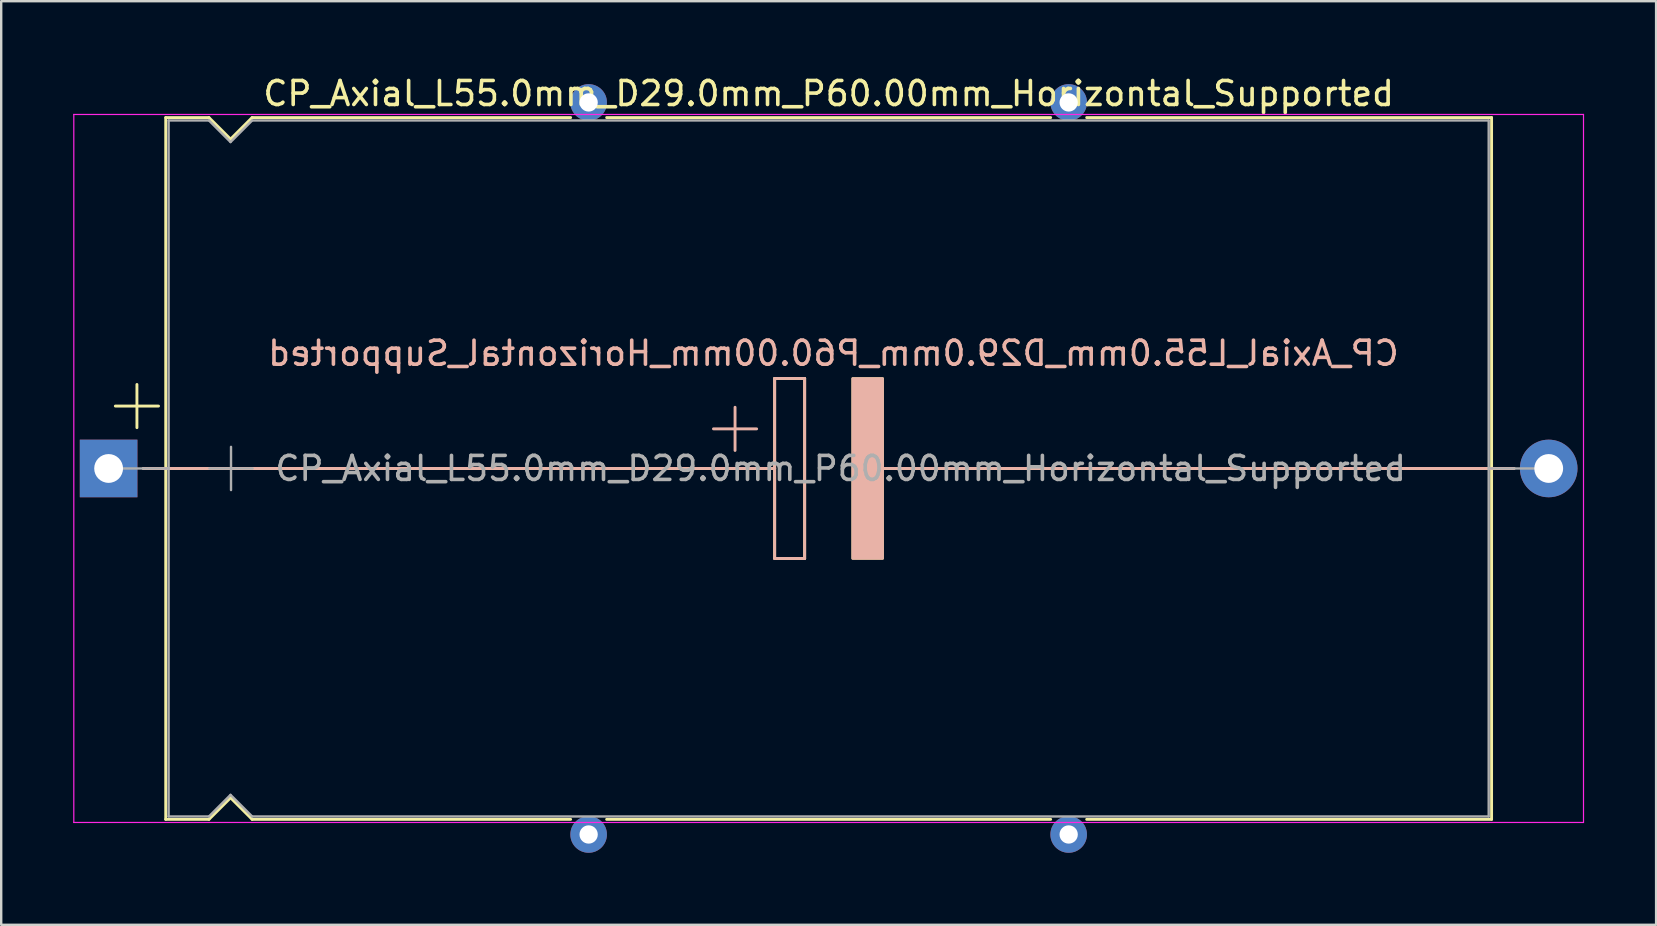
<source format=kicad_pcb>
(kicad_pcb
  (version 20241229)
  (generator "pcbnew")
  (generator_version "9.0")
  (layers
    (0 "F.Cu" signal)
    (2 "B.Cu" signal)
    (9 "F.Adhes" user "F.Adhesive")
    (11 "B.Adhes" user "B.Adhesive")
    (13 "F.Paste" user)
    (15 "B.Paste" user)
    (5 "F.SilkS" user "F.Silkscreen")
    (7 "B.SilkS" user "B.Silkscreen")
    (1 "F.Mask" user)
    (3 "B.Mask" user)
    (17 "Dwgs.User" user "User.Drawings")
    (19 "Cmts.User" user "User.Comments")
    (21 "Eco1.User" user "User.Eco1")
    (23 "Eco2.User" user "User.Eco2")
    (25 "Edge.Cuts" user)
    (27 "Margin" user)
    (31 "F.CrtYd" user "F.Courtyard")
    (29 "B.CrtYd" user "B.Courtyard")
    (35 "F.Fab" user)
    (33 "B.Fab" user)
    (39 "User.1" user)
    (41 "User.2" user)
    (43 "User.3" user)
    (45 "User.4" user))
  (footprint "CP_Axial_L55.0mm_D29.0mm_P60.00mm_Horizontal_Supported"
    (layer "F.Cu")
    (at 1.475 16.468)
    (property "Reference" "CP_Axial_L55.0mm_D29.0mm_P60.00mm_Horizontal_Supported" (at 30 -15.62 0) (layer "F.SilkS") (effects (font (size 1 1) (thickness 0.15))))
    (fp_line (start 0.28 -2.6) (end 2.08 -2.6) (stroke (width 0.12) (type solid)) (layer "F.SilkS"))
    (fp_line (start 1.18 -3.5) (end 1.18 -1.7) (stroke (width 0.12) (type solid)) (layer "F.SilkS"))
    (fp_line (start 1.44 0) (end 2.38 0) (stroke (width 0.12) (type solid)) (layer "F.SilkS"))
    (fp_line (start 2.38 -14.62) (end 2.38 14.62) (stroke (width 0.12) (type solid)) (layer "F.SilkS"))
    (fp_line (start 2.38 -14.62) (end 4.18 -14.62) (stroke (width 0.12) (type solid)) (layer "F.SilkS"))
    (fp_line (start 2.38 0) (end 27.75 0) (stroke (width 0.12) (type solid)) (layer "F.SilkS"))
    (fp_line (start 2.38 14.62) (end 4.18 14.62) (stroke (width 0.12) (type solid)) (layer "F.SilkS"))
    (fp_line (start 4.18 -14.62) (end 5.08 -13.72) (stroke (width 0.12) (type solid)) (layer "F.SilkS"))
    (fp_line (start 4.18 14.62) (end 5.08 13.72) (stroke (width 0.12) (type solid)) (layer "F.SilkS"))
    (fp_line (start 5.08 -13.72) (end 5.98 -14.62) (stroke (width 0.12) (type solid)) (layer "F.SilkS"))
    (fp_line (start 5.08 13.72) (end 5.98 14.62) (stroke (width 0.12) (type solid)) (layer "F.SilkS"))
    (fp_line (start 5.98 -14.62) (end 19.25 -14.62) (stroke (width 0.12) (type solid)) (layer "F.SilkS"))
    (fp_line (start 5.98 14.62) (end 19.25 14.62) (stroke (width 0.12) (type solid)) (layer "F.SilkS"))
    (fp_line (start 20.75 -14.62) (end 39.25 -14.62) (stroke (width 0.12) (type solid)) (layer "F.SilkS"))
    (fp_line (start 20.75 14.62) (end 39.25 14.62) (stroke (width 0.12) (type solid)) (layer "F.SilkS"))
    (fp_line (start 27.75 -3.75) (end 29 -3.75) (stroke (width 0.12) (type solid)) (layer "F.SilkS"))
    (fp_line (start 27.75 0) (end 27.75 -3.75) (stroke (width 0.12) (type solid)) (layer "F.SilkS"))
    (fp_line (start 27.75 3.75) (end 27.75 0) (stroke (width 0.12) (type solid)) (layer "F.SilkS"))
    (fp_line (start 29 -3.75) (end 29 3.75) (stroke (width 0.12) (type solid)) (layer "F.SilkS"))
    (fp_line (start 29 3.75) (end 27.75 3.75) (stroke (width 0.12) (type solid)) (layer "F.SilkS"))
    (fp_line (start 31.75 0) (end 57.62 0) (stroke (width 0.12) (type solid)) (layer "F.SilkS"))
    (fp_line (start 40.75 -14.62) (end 57.62 -14.62) (stroke (width 0.12) (type solid)) (layer "F.SilkS"))
    (fp_line (start 40.75 14.62) (end 57.62 14.62) (stroke (width 0.12) (type solid)) (layer "F.SilkS"))
    (fp_line (start 57.62 -14.62) (end 57.62 14.62) (stroke (width 0.12) (type solid)) (layer "F.SilkS"))
    (fp_line (start 58.56 0) (end 57.62 0) (stroke (width 0.12) (type solid)) (layer "F.SilkS"))
    (fp_poly (pts (xy 32.25 3.75) (xy 31 3.75) (xy 31 -3.75) (xy 32.25 -3.75)) (stroke (width 0.1) (type solid)) (fill yes) (layer "F.SilkS"))
    (fp_line (start 1.45 0) (end 20.88 0) (stroke (width 0.12) (type solid)) (layer "B.SilkS"))
    (fp_line (start 20.88 0) (end 27.75 0) (stroke (width 0.12) (type solid)) (layer "B.SilkS"))
    (fp_line (start 26.1 -2.55) (end 26.1 -0.75) (stroke (width 0.12) (type solid)) (layer "B.SilkS"))
    (fp_line (start 27 -1.65) (end 25.2 -1.65) (stroke (width 0.12) (type solid)) (layer "B.SilkS"))
    (fp_line (start 27.75 -3.75) (end 29 -3.75) (stroke (width 0.12) (type solid)) (layer "B.SilkS"))
    (fp_line (start 27.75 0) (end 27.75 -3.75) (stroke (width 0.12) (type solid)) (layer "B.SilkS"))
    (fp_line (start 27.75 3.75) (end 27.75 0) (stroke (width 0.12) (type solid)) (layer "B.SilkS"))
    (fp_line (start 29 -3.75) (end 29 3.75) (stroke (width 0.12) (type solid)) (layer "B.SilkS"))
    (fp_line (start 29 3.75) (end 27.75 3.75) (stroke (width 0.12) (type solid)) (layer "B.SilkS"))
    (fp_line (start 32.25 0) (end 39.12 0) (stroke (width 0.12) (type solid)) (layer "B.SilkS"))
    (fp_line (start 58.55 0) (end 39.12 0) (stroke (width 0.12) (type solid)) (layer "B.SilkS"))
    (fp_poly (pts (xy 32.25 3.75) (xy 31 3.75) (xy 31 -3.75) (xy 32.25 -3.75)) (stroke (width 0.1) (type solid)) (fill yes) (layer "B.SilkS"))
    (fp_line (start -1.45 -14.75) (end -1.45 14.75) (stroke (width 0.05) (type solid)) (layer "F.CrtYd"))
    (fp_line (start -1.45 14.75) (end 61.45 14.75) (stroke (width 0.05) (type solid)) (layer "F.CrtYd"))
    (fp_line (start 61.45 -14.75) (end -1.45 -14.75) (stroke (width 0.05) (type solid)) (layer "F.CrtYd"))
    (fp_line (start 61.45 14.75) (end 61.45 -14.75) (stroke (width 0.05) (type solid)) (layer "F.CrtYd"))
    (fp_line (start 0 0) (end 2.5 0) (stroke (width 0.1) (type solid)) (layer "F.Fab"))
    (fp_line (start 2.5 -14.5) (end 2.5 14.5) (stroke (width 0.1) (type solid)) (layer "F.Fab"))
    (fp_line (start 2.5 -14.5) (end 4.18 -14.5) (stroke (width 0.1) (type solid)) (layer "F.Fab"))
    (fp_line (start 2.5 14.5) (end 4.18 14.5) (stroke (width 0.1) (type solid)) (layer "F.Fab"))
    (fp_line (start 4.18 -14.5) (end 5.08 -13.6) (stroke (width 0.1) (type solid)) (layer "F.Fab"))
    (fp_line (start 4.18 14.5) (end 5.08 13.6) (stroke (width 0.1) (type solid)) (layer "F.Fab"))
    (fp_line (start 4.2 0) (end 6 0) (stroke (width 0.1) (type solid)) (layer "F.Fab"))
    (fp_line (start 5.08 -13.6) (end 5.98 -14.5) (stroke (width 0.1) (type solid)) (layer "F.Fab"))
    (fp_line (start 5.08 13.6) (end 5.98 14.5) (stroke (width 0.1) (type solid)) (layer "F.Fab"))
    (fp_line (start 5.1 -0.9) (end 5.1 0.9) (stroke (width 0.1) (type solid)) (layer "F.Fab"))
    (fp_line (start 5.98 -14.5) (end 57.5 -14.5) (stroke (width 0.1) (type solid)) (layer "F.Fab"))
    (fp_line (start 5.98 14.5) (end 57.5 14.5) (stroke (width 0.1) (type solid)) (layer "F.Fab"))
    (fp_line (start 57.5 -14.5) (end 57.5 14.5) (stroke (width 0.1) (type solid)) (layer "F.Fab"))
    (fp_line (start 60 0) (end 57.5 0) (stroke (width 0.1) (type solid)) (layer "F.Fab"))
    (fp_text user "${REFERENCE}" (at 30.2 -4.8 0) (layer "B.SilkS") (effects (font (size 1 1) (thickness 0.15)) (justify mirror)))
    (fp_text user "${REFERENCE}" (at 30.5 0 0) (layer "F.Fab") (effects (font (size 1 1) (thickness 0.15))))
    (pad "" thru_hole circle (at 20 -15.25) (size 1.524 1.524) (drill 0.762) (layers "*.Cu" "*.Mask"))
    (pad "" thru_hole circle (at 20 15.25) (size 1.524 1.524) (drill 0.762) (layers "*.Cu" "*.Mask"))
    (pad "" thru_hole circle (at 40 -15.25) (size 1.524 1.524) (drill 0.762) (layers "*.Cu" "*.Mask"))
    (pad "" thru_hole circle (at 40 15.25) (size 1.524 1.524) (drill 0.762) (layers "*.Cu" "*.Mask"))
    (pad "1" thru_hole rect (at 0 0) (size 2.4 2.4) (drill 1.2) (layers "*.Cu" "*.Mask"))
    (pad "2" thru_hole oval (at 60 0) (size 2.4 2.4) (drill 1.2) (layers "*.Cu" "*.Mask")))
  (gr_rect
    (start -3 -3)
    (end 65.95 35.48)
    (stroke (width 0.1) (type default))
    (fill no)
    (layer "Edge.Cuts")))
</source>
